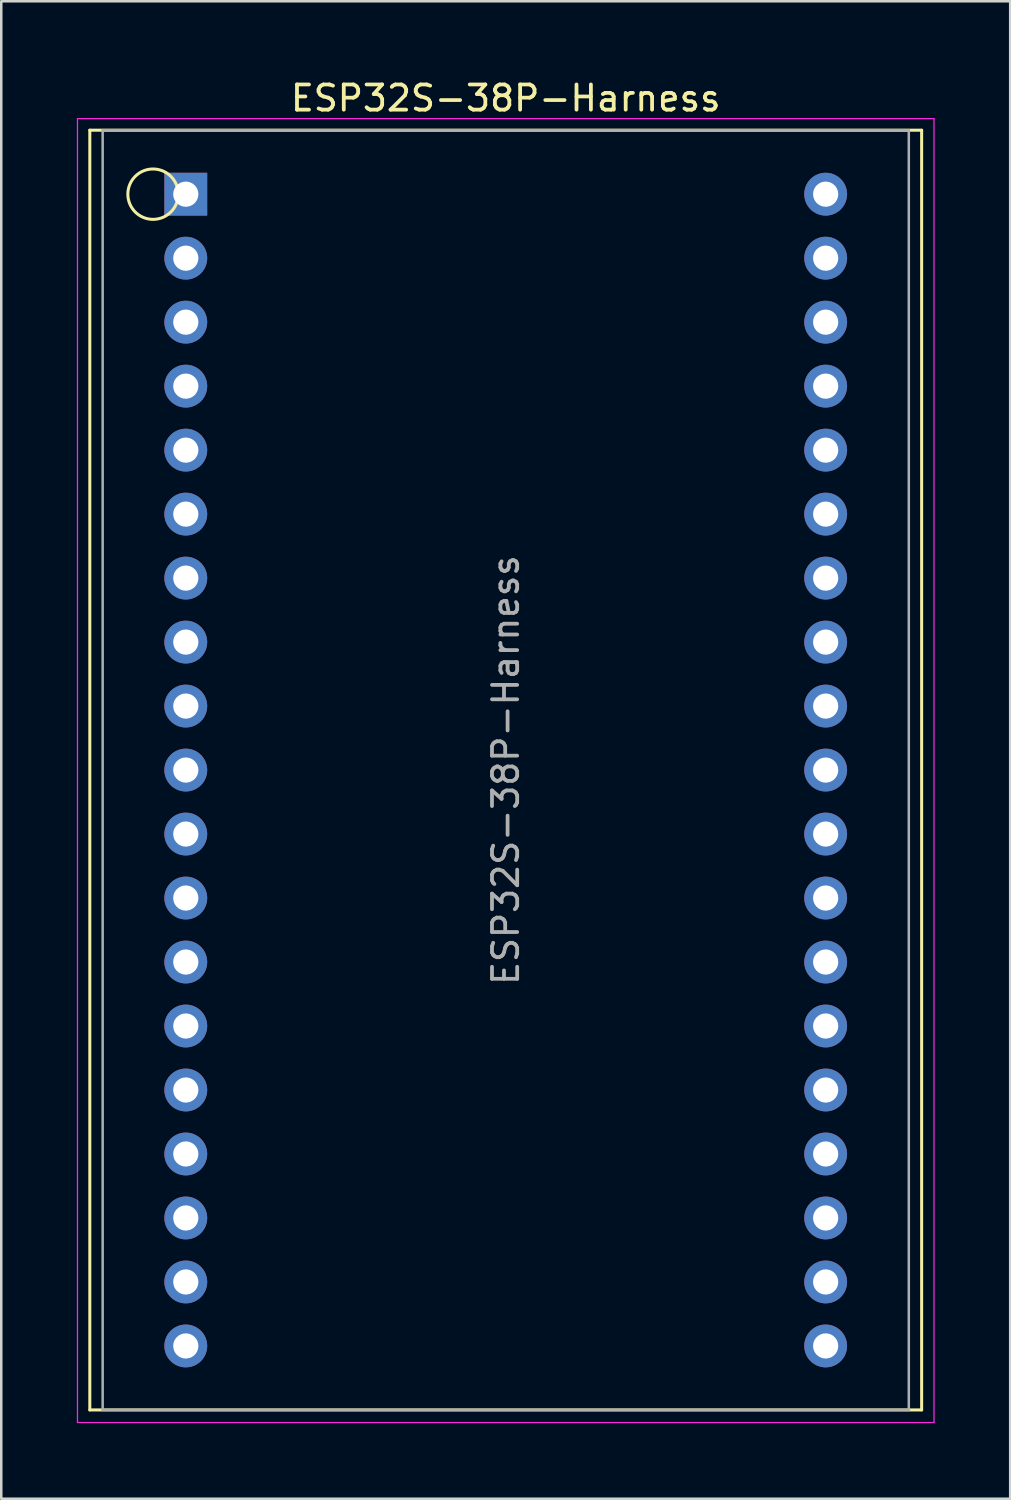
<source format=kicad_pcb>
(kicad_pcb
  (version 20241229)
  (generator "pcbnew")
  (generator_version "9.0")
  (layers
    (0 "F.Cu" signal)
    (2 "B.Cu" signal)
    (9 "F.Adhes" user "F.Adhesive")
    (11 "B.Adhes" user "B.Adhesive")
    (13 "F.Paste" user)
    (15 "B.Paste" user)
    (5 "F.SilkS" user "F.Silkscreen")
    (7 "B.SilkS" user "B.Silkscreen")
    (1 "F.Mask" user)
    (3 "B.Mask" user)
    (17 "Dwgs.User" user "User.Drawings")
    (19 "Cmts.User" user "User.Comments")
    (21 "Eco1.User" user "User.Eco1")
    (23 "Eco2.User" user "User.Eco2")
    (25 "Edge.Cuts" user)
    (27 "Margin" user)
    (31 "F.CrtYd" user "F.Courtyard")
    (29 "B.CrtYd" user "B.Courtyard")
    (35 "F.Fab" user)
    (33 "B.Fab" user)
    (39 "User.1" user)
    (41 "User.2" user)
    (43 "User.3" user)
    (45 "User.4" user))
  (footprint "ESP32S-38P-Harness"
    (layer "F.Cu")
    (at 17.025 4.658)
    (property "Reference" "ESP32S-38P-Harness" (at 0 -3.81 0) (layer "F.SilkS") (effects (font (size 1 1) (thickness 0.15))))
    (attr through_hole)
    (fp_line (start -16.51 -2.54) (end -16.51 48.26) (stroke (width 0.12) (type solid)) (layer "F.SilkS"))
    (fp_line (start -16.51 48.26) (end 16.51 48.26) (stroke (width 0.12) (type solid)) (layer "F.SilkS"))
    (fp_line (start 16.51 -2.54) (end -16.51 -2.54) (stroke (width 0.12) (type solid)) (layer "F.SilkS"))
    (fp_line (start 16.51 48.26) (end 16.51 -2.54) (stroke (width 0.12) (type solid)) (layer "F.SilkS"))
    (fp_circle (center -14 0) (end -13 0) (stroke (width 0.12) (type solid)) (fill no) (layer "F.SilkS"))
    (fp_line (start -17 -3) (end -17 48.76) (stroke (width 0.05) (type solid)) (layer "F.CrtYd"))
    (fp_line (start -17 48.76) (end 17 48.76) (stroke (width 0.05) (type solid)) (layer "F.CrtYd"))
    (fp_line (start 17 -3) (end -17 -3) (stroke (width 0.05) (type solid)) (layer "F.CrtYd"))
    (fp_line (start 17 48.76) (end 17 -3) (stroke (width 0.05) (type solid)) (layer "F.CrtYd"))
    (fp_line (start -16 -2.54) (end -16 48.26) (stroke (width 0.1) (type solid)) (layer "F.Fab"))
    (fp_line (start -16 48.26) (end 16 48.26) (stroke (width 0.1) (type solid)) (layer "F.Fab"))
    (fp_line (start 16 -2.54) (end -16 -2.54) (stroke (width 0.1) (type solid)) (layer "F.Fab"))
    (fp_line (start 16 48.26) (end 16 -2.54) (stroke (width 0.1) (type solid)) (layer "F.Fab"))
    (fp_text user "${REFERENCE}" (at 0 22.86 90) (layer "F.Fab") (effects (font (size 1 1) (thickness 0.15))))
    (pad "1" thru_hole rect (at -12.7 0) (size 1.7 1.7) (drill 1) (layers "*.Cu" "*.Mask"))
    (pad "2" thru_hole circle (at -12.7 2.54) (size 1.7 1.7) (drill 1) (layers "*.Cu" "*.Mask"))
    (pad "3" thru_hole circle (at -12.7 5.08) (size 1.7 1.7) (drill 1) (layers "*.Cu" "*.Mask"))
    (pad "4" thru_hole circle (at -12.7 7.62) (size 1.7 1.7) (drill 1) (layers "*.Cu" "*.Mask"))
    (pad "5" thru_hole circle (at -12.7 10.16) (size 1.7 1.7) (drill 1) (layers "*.Cu" "*.Mask"))
    (pad "6" thru_hole circle (at -12.7 12.7) (size 1.7 1.7) (drill 1) (layers "*.Cu" "*.Mask"))
    (pad "7" thru_hole circle (at -12.7 15.24) (size 1.7 1.7) (drill 1) (layers "*.Cu" "*.Mask"))
    (pad "8" thru_hole circle (at -12.7 17.78) (size 1.7 1.7) (drill 1) (layers "*.Cu" "*.Mask"))
    (pad "9" thru_hole circle (at -12.7 20.32) (size 1.7 1.7) (drill 1) (layers "*.Cu" "*.Mask"))
    (pad "10" thru_hole circle (at -12.7 22.86) (size 1.7 1.7) (drill 1) (layers "*.Cu" "*.Mask"))
    (pad "11" thru_hole circle (at -12.7 25.4) (size 1.7 1.7) (drill 1) (layers "*.Cu" "*.Mask"))
    (pad "12" thru_hole circle (at -12.7 27.94) (size 1.7 1.7) (drill 1) (layers "*.Cu" "*.Mask"))
    (pad "13" thru_hole circle (at -12.7 30.48) (size 1.7 1.7) (drill 1) (layers "*.Cu" "*.Mask"))
    (pad "14" thru_hole circle (at -12.7 33.02) (size 1.7 1.7) (drill 1) (layers "*.Cu" "*.Mask"))
    (pad "15" thru_hole circle (at -12.7 35.56) (size 1.7 1.7) (drill 1) (layers "*.Cu" "*.Mask"))
    (pad "16" thru_hole circle (at -12.7 38.1) (size 1.7 1.7) (drill 1) (layers "*.Cu" "*.Mask"))
    (pad "17" thru_hole circle (at -12.7 40.64) (size 1.7 1.7) (drill 1) (layers "*.Cu" "*.Mask"))
    (pad "18" thru_hole circle (at -12.7 43.18) (size 1.7 1.7) (drill 1) (layers "*.Cu" "*.Mask"))
    (pad "19" thru_hole circle (at -12.7 45.72) (size 1.7 1.7) (drill 1) (layers "*.Cu" "*.Mask"))
    (pad "20" thru_hole circle (at 12.7 45.72) (size 1.7 1.7) (drill 1) (layers "*.Cu" "*.Mask"))
    (pad "21" thru_hole circle (at 12.7 43.18) (size 1.7 1.7) (drill 1) (layers "*.Cu" "*.Mask"))
    (pad "22" thru_hole circle (at 12.7 40.64) (size 1.7 1.7) (drill 1) (layers "*.Cu" "*.Mask"))
    (pad "23" thru_hole circle (at 12.7 38.1) (size 1.7 1.7) (drill 1) (layers "*.Cu" "*.Mask"))
    (pad "24" thru_hole circle (at 12.7 35.56) (size 1.7 1.7) (drill 1) (layers "*.Cu" "*.Mask"))
    (pad "25" thru_hole circle (at 12.7 33.02) (size 1.7 1.7) (drill 1) (layers "*.Cu" "*.Mask"))
    (pad "26" thru_hole circle (at 12.7 30.48) (size 1.7 1.7) (drill 1) (layers "*.Cu" "*.Mask"))
    (pad "27" thru_hole circle (at 12.7 27.94) (size 1.7 1.7) (drill 1) (layers "*.Cu" "*.Mask"))
    (pad "28" thru_hole circle (at 12.7 25.4) (size 1.7 1.7) (drill 1) (layers "*.Cu" "*.Mask"))
    (pad "29" thru_hole circle (at 12.7 22.86) (size 1.7 1.7) (drill 1) (layers "*.Cu" "*.Mask"))
    (pad "30" thru_hole circle (at 12.7 20.32) (size 1.7 1.7) (drill 1) (layers "*.Cu" "*.Mask"))
    (pad "31" thru_hole circle (at 12.7 17.78) (size 1.7 1.7) (drill 1) (layers "*.Cu" "*.Mask"))
    (pad "32" thru_hole circle (at 12.7 15.24) (size 1.7 1.7) (drill 1) (layers "*.Cu" "*.Mask"))
    (pad "33" thru_hole circle (at 12.7 12.7) (size 1.7 1.7) (drill 1) (layers "*.Cu" "*.Mask"))
    (pad "34" thru_hole circle (at 12.7 10.16) (size 1.7 1.7) (drill 1) (layers "*.Cu" "*.Mask"))
    (pad "35" thru_hole circle (at 12.7 7.62) (size 1.7 1.7) (drill 1) (layers "*.Cu" "*.Mask"))
    (pad "36" thru_hole circle (at 12.7 5.08) (size 1.7 1.7) (drill 1) (layers "*.Cu" "*.Mask"))
    (pad "37" thru_hole circle (at 12.7 2.54) (size 1.7 1.7) (drill 1) (layers "*.Cu" "*.Mask"))
    (pad "38" thru_hole circle (at 12.7 0) (size 1.7 1.7) (drill 1) (layers "*.Cu" "*.Mask")))
  (gr_rect
    (start -3 -3)
    (end 37.05 56.443)
    (stroke (width 0.1) (type default))
    (fill no)
    (layer "Edge.Cuts")))
</source>
